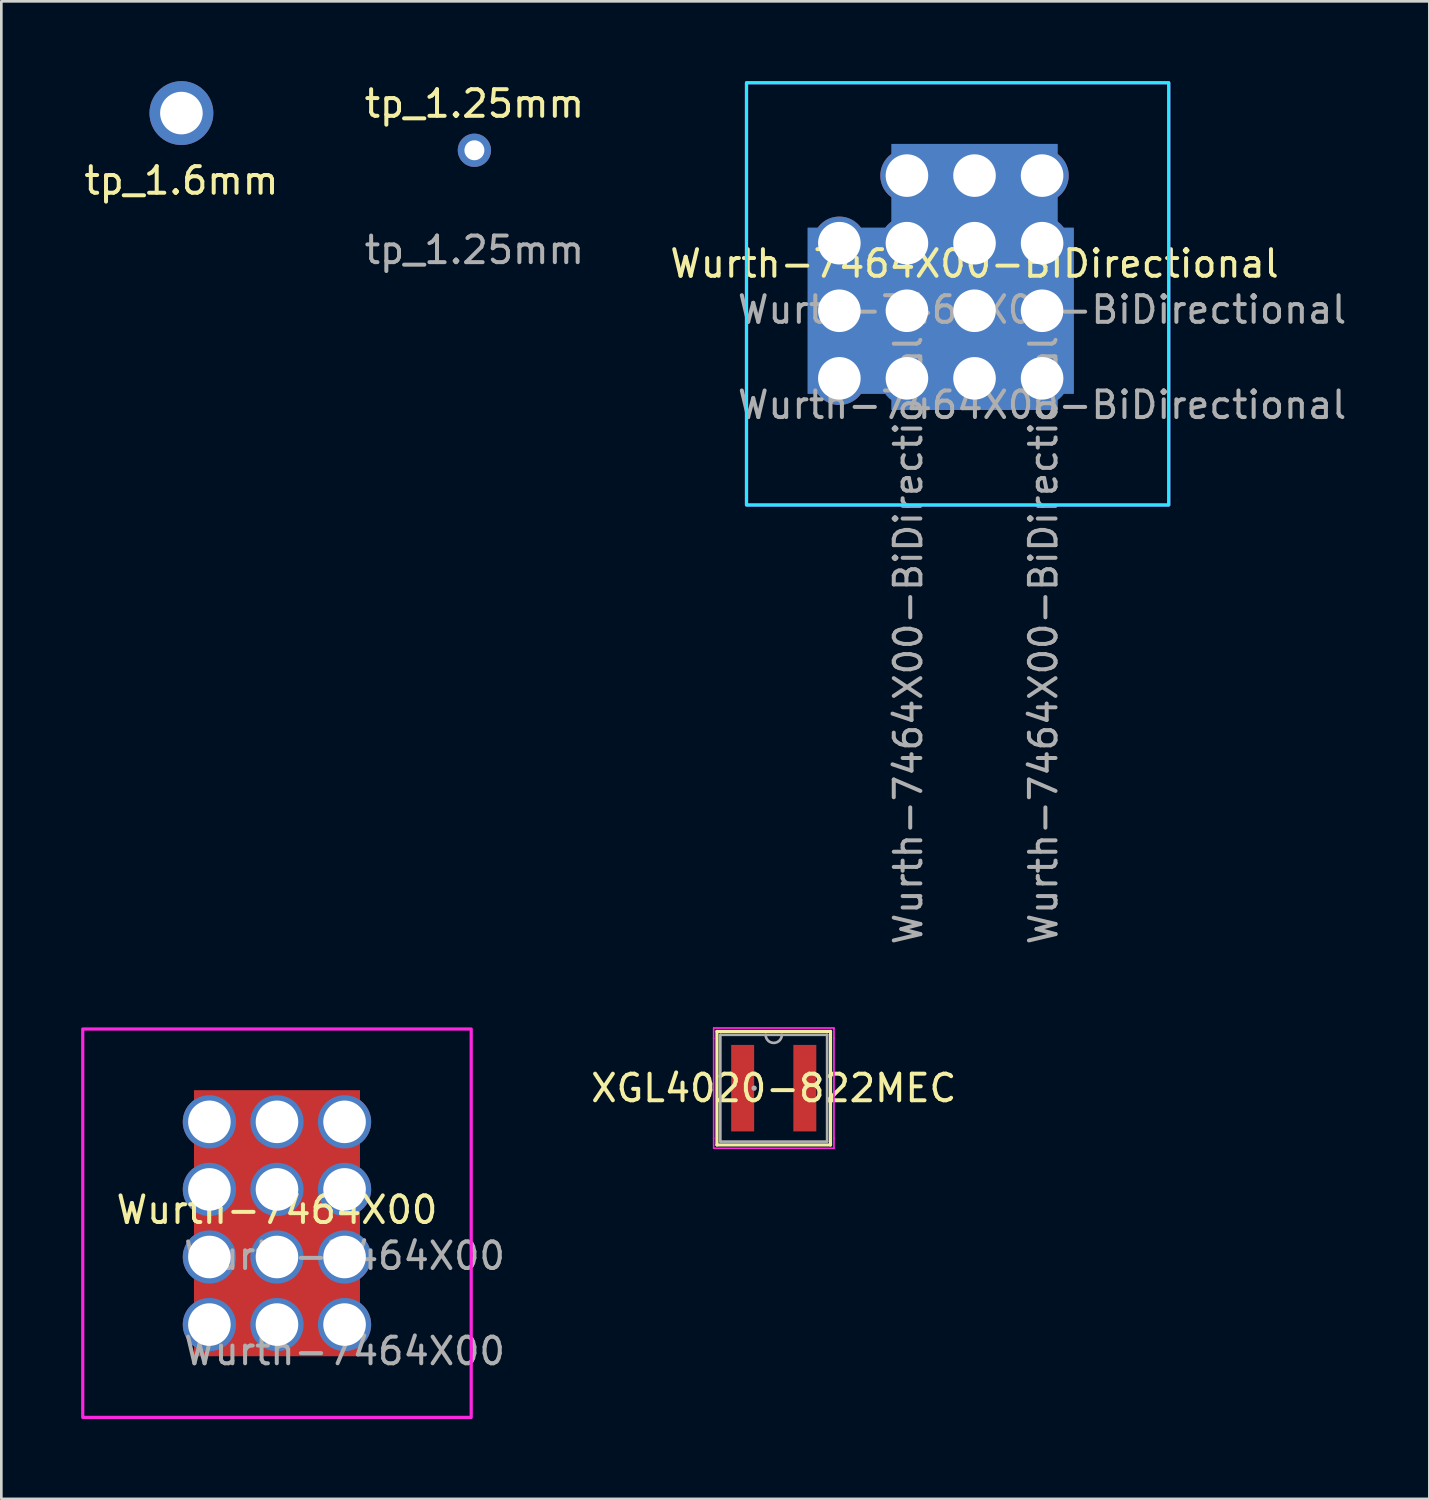
<source format=kicad_pcb>
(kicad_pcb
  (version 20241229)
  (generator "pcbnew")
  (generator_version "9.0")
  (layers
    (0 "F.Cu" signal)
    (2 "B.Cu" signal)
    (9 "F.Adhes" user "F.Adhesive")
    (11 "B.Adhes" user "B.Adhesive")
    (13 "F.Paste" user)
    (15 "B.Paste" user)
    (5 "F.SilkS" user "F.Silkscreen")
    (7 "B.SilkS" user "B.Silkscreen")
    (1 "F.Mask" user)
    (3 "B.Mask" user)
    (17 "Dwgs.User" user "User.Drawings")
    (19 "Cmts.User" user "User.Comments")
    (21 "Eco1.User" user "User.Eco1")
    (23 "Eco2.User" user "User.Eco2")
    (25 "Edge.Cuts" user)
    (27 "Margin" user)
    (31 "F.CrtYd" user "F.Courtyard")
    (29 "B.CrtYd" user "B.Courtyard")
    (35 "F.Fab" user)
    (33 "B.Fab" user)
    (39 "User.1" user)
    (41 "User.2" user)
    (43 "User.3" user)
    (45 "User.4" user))
  (footprint "tp_1.6mm"
    (layer "F.Cu")
    (at 3.768 1.2)
    (property "Reference" "tp_1.6mm" (at 0 2.54 0) (layer "F.SilkS") (effects (font (size 1 1) (thickness 0.15))))
    (attr through_hole)
    (pad "1" thru_hole circle (at 0 0) (size 2.4 2.4) (drill 1.6) (layers "*.Cu" "*.Mask")))
  (footprint "Wurth-7464X00"
    (layer "F.Cu")
    (at 7.36 42.924)
    (property "Reference" "Wurth-7464X00" (at 0 -0.5 0) (unlocked yes) (layer "F.SilkS") (effects (font (size 1 1) (thickness 0.15))))
    (property "Value" "Wurth-7464X00" (at 2.54 -0.27 0) (unlocked yes) (layer "F.Fab") (hide yes) (effects (font (size 1 1) (thickness 0.15))))
    (attr through_hole)
    (fp_rect (start -7.3 -7.3) (end 7.3 7.3) (stroke (width 0.12) (type solid)) (fill no) (layer "F.CrtYd"))
    (fp_text user "${REFERENCE}" (at 2.54 1.23 0) (unlocked yes) (layer "F.Fab") (effects (font (size 1 1) (thickness 0.15))))
    (fp_text user "${VALUE}" (at 2.54 4.81 0) (unlocked yes) (layer "F.Fab") (effects (font (size 1 1) (thickness 0.15))))
    (pad "1" thru_hole circle (at -2.54 -3.81) (size 2 2) (drill 1.6) (layers "*.Cu" "*.Mask"))
    (pad "1" thru_hole circle (at -2.54 -1.27) (size 2 2) (drill 1.6) (layers "*.Cu" "*.Mask"))
    (pad "1" thru_hole circle (at -2.54 1.27) (size 2 2) (drill 1.6) (layers "*.Cu" "*.Mask"))
    (pad "1" thru_hole circle (at -2.54 3.81) (size 2 2) (drill 1.6) (layers "*.Cu" "*.Mask"))
    (pad "1" thru_hole circle (at 0 -3.81) (size 2 2) (drill 1.6) (layers "*.Cu" "*.Mask"))
    (pad "1" thru_hole circle (at 0 -1.27) (size 2 2) (drill 1.6) (layers "*.Cu" "*.Mask"))
    (pad "1" smd rect (at 0 0) (size 6.24 10) (layers "F.Cu" "F.Mask"))
    (pad "1" thru_hole circle (at 0 1.27) (size 2 2) (drill 1.6) (layers "*.Cu" "*.Mask"))
    (pad "1" thru_hole circle (at 0 3.81) (size 2 2) (drill 1.6) (layers "*.Cu" "*.Mask"))
    (pad "1" thru_hole circle (at 2.54 -3.81) (size 2 2) (drill 1.6) (layers "*.Cu" "*.Mask"))
    (pad "1" thru_hole circle (at 2.54 -1.27) (size 2 2) (drill 1.6) (layers "*.Cu" "*.Mask"))
    (pad "1" thru_hole circle (at 2.54 1.27) (size 2 2) (drill 1.6) (layers "*.Cu" "*.Mask"))
    (pad "1" thru_hole circle (at 2.54 3.81) (size 2 2) (drill 1.6) (layers "*.Cu" "*.Mask")))
  (footprint "Wurth-7464X00-BiDirectional"
    (layer "F.Cu")
    (at 33.577 7.36)
    (property "Reference" "Wurth-7464X00-BiDirectional" (at 0 -0.5 0) (unlocked yes) (layer "F.SilkS") (effects (font (size 1 1) (thickness 0.15))))
    (property "Value" "Wurth-7464X00-BiDirectional" (at 2.54 -0.27 0) (unlocked yes) (layer "F.Fab") (hide yes) (effects (font (size 1 1) (thickness 0.15))))
    (attr through_hole)
    (fp_rect (start -8.57 -7.3) (end 7.3 8.57) (stroke (width 0.12) (type solid)) (fill no) (layer "B.CrtYd"))
    (fp_rect (start -8.57 -7.3) (end 7.3 8.57) (stroke (width 0.12) (type solid)) (fill no) (layer "F.CrtYd"))
    (fp_text user "${VALUE}" (at 2.59 13.65 90) (unlocked yes) (layer "F.Fab") (effects (font (size 1 1) (thickness 0.15))))
    (fp_text user "${VALUE}" (at 2.54 4.81 0) (unlocked yes) (layer "F.Fab") (effects (font (size 1 1) (thickness 0.15))))
    (fp_text user "${REFERENCE}" (at 2.54 1.23 0) (unlocked yes) (layer "F.Fab") (effects (font (size 1 1) (thickness 0.15))))
    (fp_text user "${VALUE}" (at -2.49 13.65 90) (unlocked yes) (layer "F.Fab") (effects (font (size 1 1) (thickness 0.15))))
    (pad "1" thru_hole circle (at -5.08 -1.27) (size 2 2) (drill 1.6) (layers "*.Cu" "*.Mask"))
    (pad "1" thru_hole circle (at -5.08 1.27) (size 2 2) (drill 1.6) (layers "*.Cu" "*.Mask"))
    (pad "1" thru_hole circle (at -5.08 3.81) (size 2 2) (drill 1.6) (layers "*.Cu" "*.Mask"))
    (pad "1" thru_hole circle (at -2.54 -3.81) (size 2 2) (drill 1.6) (layers "*.Cu" "*.Mask"))
    (pad "1" thru_hole circle (at -2.54 -1.27) (size 2 2) (drill 1.6) (layers "*.Cu" "*.Mask"))
    (pad "1" thru_hole circle (at -2.54 1.27) (size 2 2) (drill 1.6) (layers "*.Cu" "*.Mask"))
    (pad "1" thru_hole circle (at -2.54 3.81) (size 2 2) (drill 1.6) (layers "*.Cu" "*.Mask"))
    (pad "1" smd rect (at -1.27 1.27 90) (size 6.24 10) (layers "F.Cu" "F.Mask"))
    (pad "1" smd rect (at -1.27 1.27 90) (size 6.24 10) (layers "B.Cu" "B.Mask"))
    (pad "1" thru_hole circle (at 0 -3.81) (size 2 2) (drill 1.6) (layers "*.Cu" "*.Mask"))
    (pad "1" thru_hole circle (at 0 -1.27) (size 2 2) (drill 1.6) (layers "*.Cu" "*.Mask"))
    (pad "1" smd rect (at 0 0) (size 6.24 10) (layers "F.Cu" "F.Mask"))
    (pad "1" smd rect (at 0 0) (size 6.24 10) (layers "B.Cu" "B.Mask"))
    (pad "1" thru_hole circle (at 0 1.27) (size 2 2) (drill 1.6) (layers "*.Cu" "*.Mask"))
    (pad "1" thru_hole circle (at 0 3.81) (size 2 2) (drill 1.6) (layers "*.Cu" "*.Mask"))
    (pad "1" thru_hole circle (at 2.54 -3.81) (size 2 2) (drill 1.6) (layers "*.Cu" "*.Mask"))
    (pad "1" thru_hole circle (at 2.54 -1.27) (size 2 2) (drill 1.6) (layers "*.Cu" "*.Mask"))
    (pad "1" thru_hole circle (at 2.54 1.27) (size 2 2) (drill 1.6) (layers "*.Cu" "*.Mask"))
    (pad "1" thru_hole circle (at 2.54 3.81) (size 2 2) (drill 1.6) (layers "*.Cu" "*.Mask")))
  (footprint "XGL4020-822MEC"
    (layer "F.Cu")
    (at 26.031 37.849)
    (property "Reference" "XGL4020-822MEC" (at 0 0 0) (layer "F.SilkS") (effects (font (size 1 1) (thickness 0.15))))
    (attr through_hole)
    (fp_line (start -2.134 -2.134) (end -2.134 2.134) (stroke (width 0.12) (type solid)) (layer "F.SilkS"))
    (fp_line (start -2.134 2.134) (end 2.134 2.134) (stroke (width 0.12) (type solid)) (layer "F.SilkS"))
    (fp_line (start 2.134 -2.134) (end -2.134 -2.134) (stroke (width 0.12) (type solid)) (layer "F.SilkS"))
    (fp_line (start 2.134 2.134) (end 2.134 -2.134) (stroke (width 0.12) (type solid)) (layer "F.SilkS"))
    (fp_line (start -2.261 -2.261) (end 2.261 -2.261) (stroke (width 0.05) (type solid)) (layer "F.CrtYd"))
    (fp_line (start -2.261 -2.261) (end 2.261 -2.261) (stroke (width 0.05) (type solid)) (layer "F.CrtYd"))
    (fp_line (start -2.261 -1.88) (end -2.261 -2.261) (stroke (width 0.05) (type solid)) (layer "F.CrtYd"))
    (fp_line (start -2.261 -1.88) (end -2.261 -2.261) (stroke (width 0.05) (type solid)) (layer "F.CrtYd"))
    (fp_line (start -2.261 -1.88) (end -2.261 -1.88) (stroke (width 0.05) (type solid)) (layer "F.CrtYd"))
    (fp_line (start -2.261 -1.88) (end -2.261 -1.88) (stroke (width 0.05) (type solid)) (layer "F.CrtYd"))
    (fp_line (start -2.261 1.88) (end -2.261 -1.88) (stroke (width 0.05) (type solid)) (layer "F.CrtYd"))
    (fp_line (start -2.261 1.88) (end -2.261 -1.88) (stroke (width 0.05) (type solid)) (layer "F.CrtYd"))
    (fp_line (start -2.261 1.88) (end -2.261 1.88) (stroke (width 0.05) (type solid)) (layer "F.CrtYd"))
    (fp_line (start -2.261 1.88) (end -2.261 1.88) (stroke (width 0.05) (type solid)) (layer "F.CrtYd"))
    (fp_line (start -2.261 2.261) (end -2.261 1.88) (stroke (width 0.05) (type solid)) (layer "F.CrtYd"))
    (fp_line (start -2.261 2.261) (end -2.261 1.88) (stroke (width 0.05) (type solid)) (layer "F.CrtYd"))
    (fp_line (start 2.261 -2.261) (end 2.261 -1.88) (stroke (width 0.05) (type solid)) (layer "F.CrtYd"))
    (fp_line (start 2.261 -2.261) (end 2.261 -1.88) (stroke (width 0.05) (type solid)) (layer "F.CrtYd"))
    (fp_line (start 2.261 -1.88) (end 2.261 -1.88) (stroke (width 0.05) (type solid)) (layer "F.CrtYd"))
    (fp_line (start 2.261 -1.88) (end 2.261 -1.88) (stroke (width 0.05) (type solid)) (layer "F.CrtYd"))
    (fp_line (start 2.261 -1.88) (end 2.261 1.88) (stroke (width 0.05) (type solid)) (layer "F.CrtYd"))
    (fp_line (start 2.261 -1.88) (end 2.261 1.88) (stroke (width 0.05) (type solid)) (layer "F.CrtYd"))
    (fp_line (start 2.261 1.88) (end 2.261 1.88) (stroke (width 0.05) (type solid)) (layer "F.CrtYd"))
    (fp_line (start 2.261 1.88) (end 2.261 1.88) (stroke (width 0.05) (type solid)) (layer "F.CrtYd"))
    (fp_line (start 2.261 1.88) (end 2.261 2.261) (stroke (width 0.05) (type solid)) (layer "F.CrtYd"))
    (fp_line (start 2.261 1.88) (end 2.261 2.261) (stroke (width 0.05) (type solid)) (layer "F.CrtYd"))
    (fp_line (start 2.261 2.261) (end -2.261 2.261) (stroke (width 0.05) (type solid)) (layer "F.CrtYd"))
    (fp_line (start 2.261 2.261) (end -2.261 2.261) (stroke (width 0.05) (type solid)) (layer "F.CrtYd"))
    (fp_line (start -2.007 -2.007) (end -2.007 2.007) (stroke (width 0.1) (type solid)) (layer "F.Fab"))
    (fp_line (start -2.007 2.007) (end 2.007 2.007) (stroke (width 0.1) (type solid)) (layer "F.Fab"))
    (fp_line (start 2.007 -2.007) (end -2.007 -2.007) (stroke (width 0.1) (type solid)) (layer "F.Fab"))
    (fp_line (start 2.007 2.007) (end 2.007 -2.007) (stroke (width 0.1) (type solid)) (layer "F.Fab"))
    (fp_arc (start 0.3048 -2.0066) (mid 0 -1.7018) (end -0.3048 -2.0066) (stroke (width 0.1) (type solid)) (layer "F.Fab"))
    (fp_circle (center -0.737 0) (end -0.737 0) (stroke (width 0.1) (type solid)) (fill no) (layer "F.Fab"))
    (pad "1" smd rect (at -1.168 0) (size 0.864 3.251) (layers "F.Cu" "F.Mask" "F.Paste"))
    (pad "2" smd rect (at 1.168 0) (size 0.864 3.251) (layers "F.Cu" "F.Mask" "F.Paste")))
  (footprint "tp_1.25mm"
    (layer "F.Cu")
    (at 14.78 2.598)
    (property "Reference" "tp_1.25mm" (at 0 -1.75 0) (unlocked yes) (layer "F.SilkS") (effects (font (size 1 1) (thickness 0.15))))
    (attr through_hole)
    (fp_text user "${REFERENCE}" (at 0 3.75 0) (unlocked yes) (layer "F.Fab") (effects (font (size 1 1) (thickness 0.15))))
    (pad "1" thru_hole circle (at 0 0) (size 1.25 1.25) (drill 0.75) (layers "*.Cu" "*.Mask")))
  (gr_rect
    (start -3 -3)
    (end 50.671 53.284)
    (stroke (width 0.1) (type default))
    (fill no)
    (layer "Edge.Cuts")))
</source>
